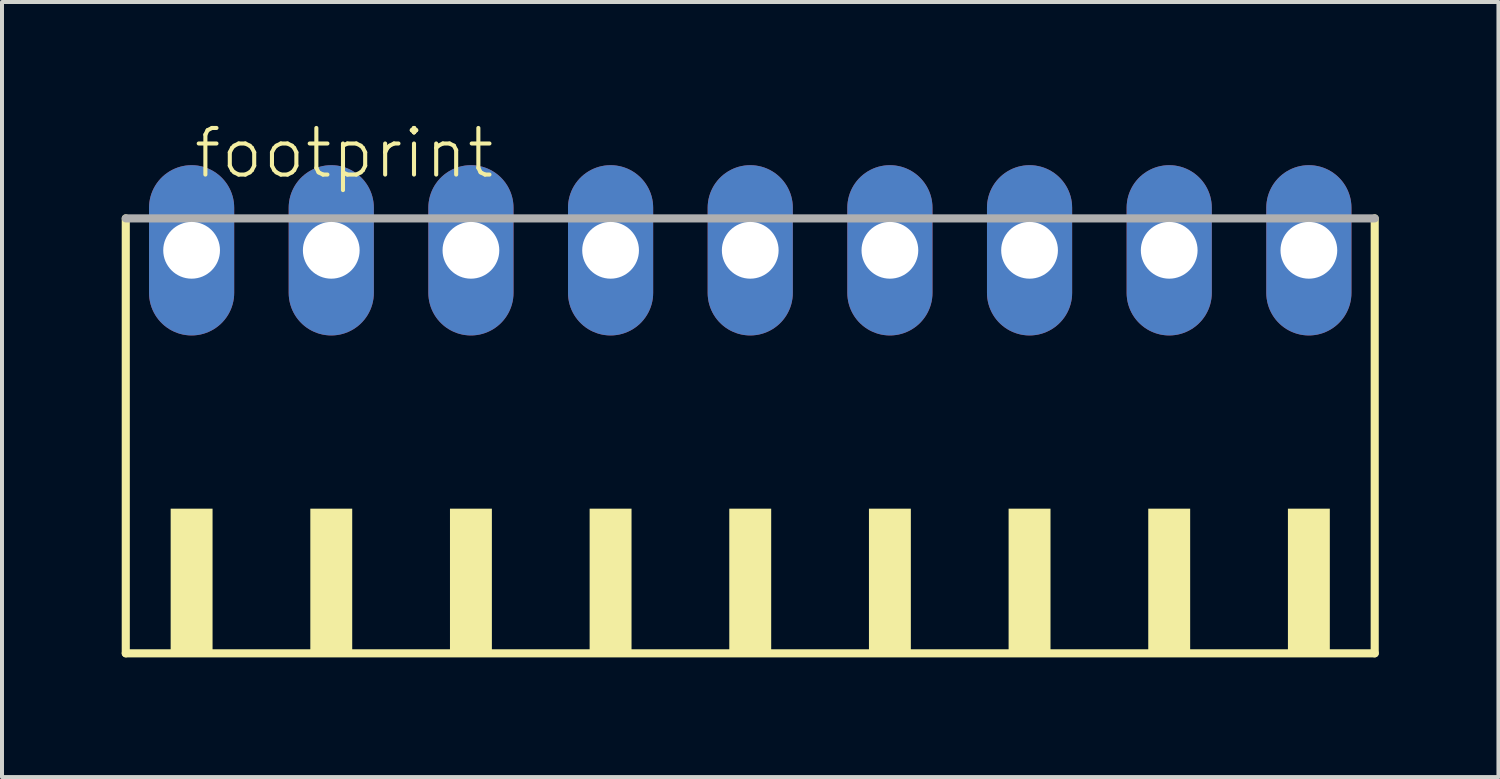
<source format=kicad_pcb>
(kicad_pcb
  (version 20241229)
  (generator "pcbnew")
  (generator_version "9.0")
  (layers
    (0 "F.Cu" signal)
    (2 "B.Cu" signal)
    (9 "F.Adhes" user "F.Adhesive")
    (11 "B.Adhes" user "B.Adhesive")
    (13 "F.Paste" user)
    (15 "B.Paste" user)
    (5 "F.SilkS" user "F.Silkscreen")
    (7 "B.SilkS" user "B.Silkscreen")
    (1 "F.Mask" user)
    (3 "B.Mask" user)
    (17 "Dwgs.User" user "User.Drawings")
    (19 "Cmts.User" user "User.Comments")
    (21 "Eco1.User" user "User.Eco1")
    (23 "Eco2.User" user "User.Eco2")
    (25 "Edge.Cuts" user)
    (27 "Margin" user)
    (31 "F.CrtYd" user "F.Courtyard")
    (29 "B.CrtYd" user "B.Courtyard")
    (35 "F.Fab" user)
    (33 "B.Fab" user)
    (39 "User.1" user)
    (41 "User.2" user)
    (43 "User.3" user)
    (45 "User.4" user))
  (footprint "footprint"
    (layer "F.Cu")
    (at 15.752 8.473)
    (property "Reference" "footprint" (at -14 -7 0) (layer "F.SilkS") (effects (font (size 1.168 1.168) (thickness 0.102)) (justify left bottom)))
    (fp_line (start -15.65 -6.05) (end -15.65 4.85) (stroke (width 0.203) (type solid)) (layer "F.SilkS"))
    (fp_line (start -15.65 4.85) (end 15.65 4.85) (stroke (width 0.203) (type solid)) (layer "F.SilkS"))
    (fp_line (start 15.65 4.85) (end 15.65 -6.05) (stroke (width 0.203) (type solid)) (layer "F.SilkS"))
    (fp_poly (pts (xy -14.525 4.9) (xy -13.475 4.9) (xy -13.475 1.225) (xy -14.525 1.225)) (stroke (width 0) (type solid)) (fill yes) (layer "F.SilkS"))
    (fp_poly (pts (xy -11.025 4.9) (xy -9.975 4.9) (xy -9.975 1.225) (xy -11.025 1.225)) (stroke (width 0) (type solid)) (fill yes) (layer "F.SilkS"))
    (fp_poly (pts (xy -7.525 4.9) (xy -6.475 4.9) (xy -6.475 1.225) (xy -7.525 1.225)) (stroke (width 0) (type solid)) (fill yes) (layer "F.SilkS"))
    (fp_poly (pts (xy -4.025 4.9) (xy -2.975 4.9) (xy -2.975 1.225) (xy -4.025 1.225)) (stroke (width 0) (type solid)) (fill yes) (layer "F.SilkS"))
    (fp_poly (pts (xy -0.525 4.9) (xy 0.525 4.9) (xy 0.525 1.225) (xy -0.525 1.225)) (stroke (width 0) (type solid)) (fill yes) (layer "F.SilkS"))
    (fp_poly (pts (xy 2.975 4.9) (xy 4.025 4.9) (xy 4.025 1.225) (xy 2.975 1.225)) (stroke (width 0) (type solid)) (fill yes) (layer "F.SilkS"))
    (fp_poly (pts (xy 6.475 4.9) (xy 7.525 4.9) (xy 7.525 1.225) (xy 6.475 1.225)) (stroke (width 0) (type solid)) (fill yes) (layer "F.SilkS"))
    (fp_poly (pts (xy 9.975 4.9) (xy 11.025 4.9) (xy 11.025 1.225) (xy 9.975 1.225)) (stroke (width 0) (type solid)) (fill yes) (layer "F.SilkS"))
    (fp_poly (pts (xy 13.475 4.9) (xy 14.525 4.9) (xy 14.525 1.225) (xy 13.475 1.225)) (stroke (width 0) (type solid)) (fill yes) (layer "F.SilkS"))
    (fp_line (start 15.65 -6.05) (end -15.65 -6.05) (stroke (width 0.203) (type solid)) (layer "F.Fab"))
    (pad "1" thru_hole oval (at -14 -5.25 90) (size 4.267 2.134) (drill 1.422) (layers "*.Cu" "*.Mask"))
    (pad "2" thru_hole oval (at -10.5 -5.25 90) (size 4.267 2.134) (drill 1.422) (layers "*.Cu" "*.Mask"))
    (pad "3" thru_hole oval (at -7 -5.25 90) (size 4.267 2.134) (drill 1.422) (layers "*.Cu" "*.Mask"))
    (pad "4" thru_hole oval (at -3.5 -5.25 90) (size 4.267 2.134) (drill 1.422) (layers "*.Cu" "*.Mask"))
    (pad "5" thru_hole oval (at 0 -5.25 90) (size 4.267 2.134) (drill 1.422) (layers "*.Cu" "*.Mask"))
    (pad "6" thru_hole oval (at 3.5 -5.25 90) (size 4.267 2.134) (drill 1.422) (layers "*.Cu" "*.Mask"))
    (pad "7" thru_hole oval (at 7 -5.25 90) (size 4.267 2.134) (drill 1.422) (layers "*.Cu" "*.Mask"))
    (pad "8" thru_hole oval (at 10.5 -5.25 90) (size 4.267 2.134) (drill 1.422) (layers "*.Cu" "*.Mask"))
    (pad "9" thru_hole oval (at 14 -5.25 90) (size 4.267 2.134) (drill 1.422) (layers "*.Cu" "*.Mask")))
  (gr_rect
    (start -3 -3)
    (end 34.503 16.425)
    (stroke (width 0.1) (type default))
    (fill no)
    (layer "Edge.Cuts")))
</source>
